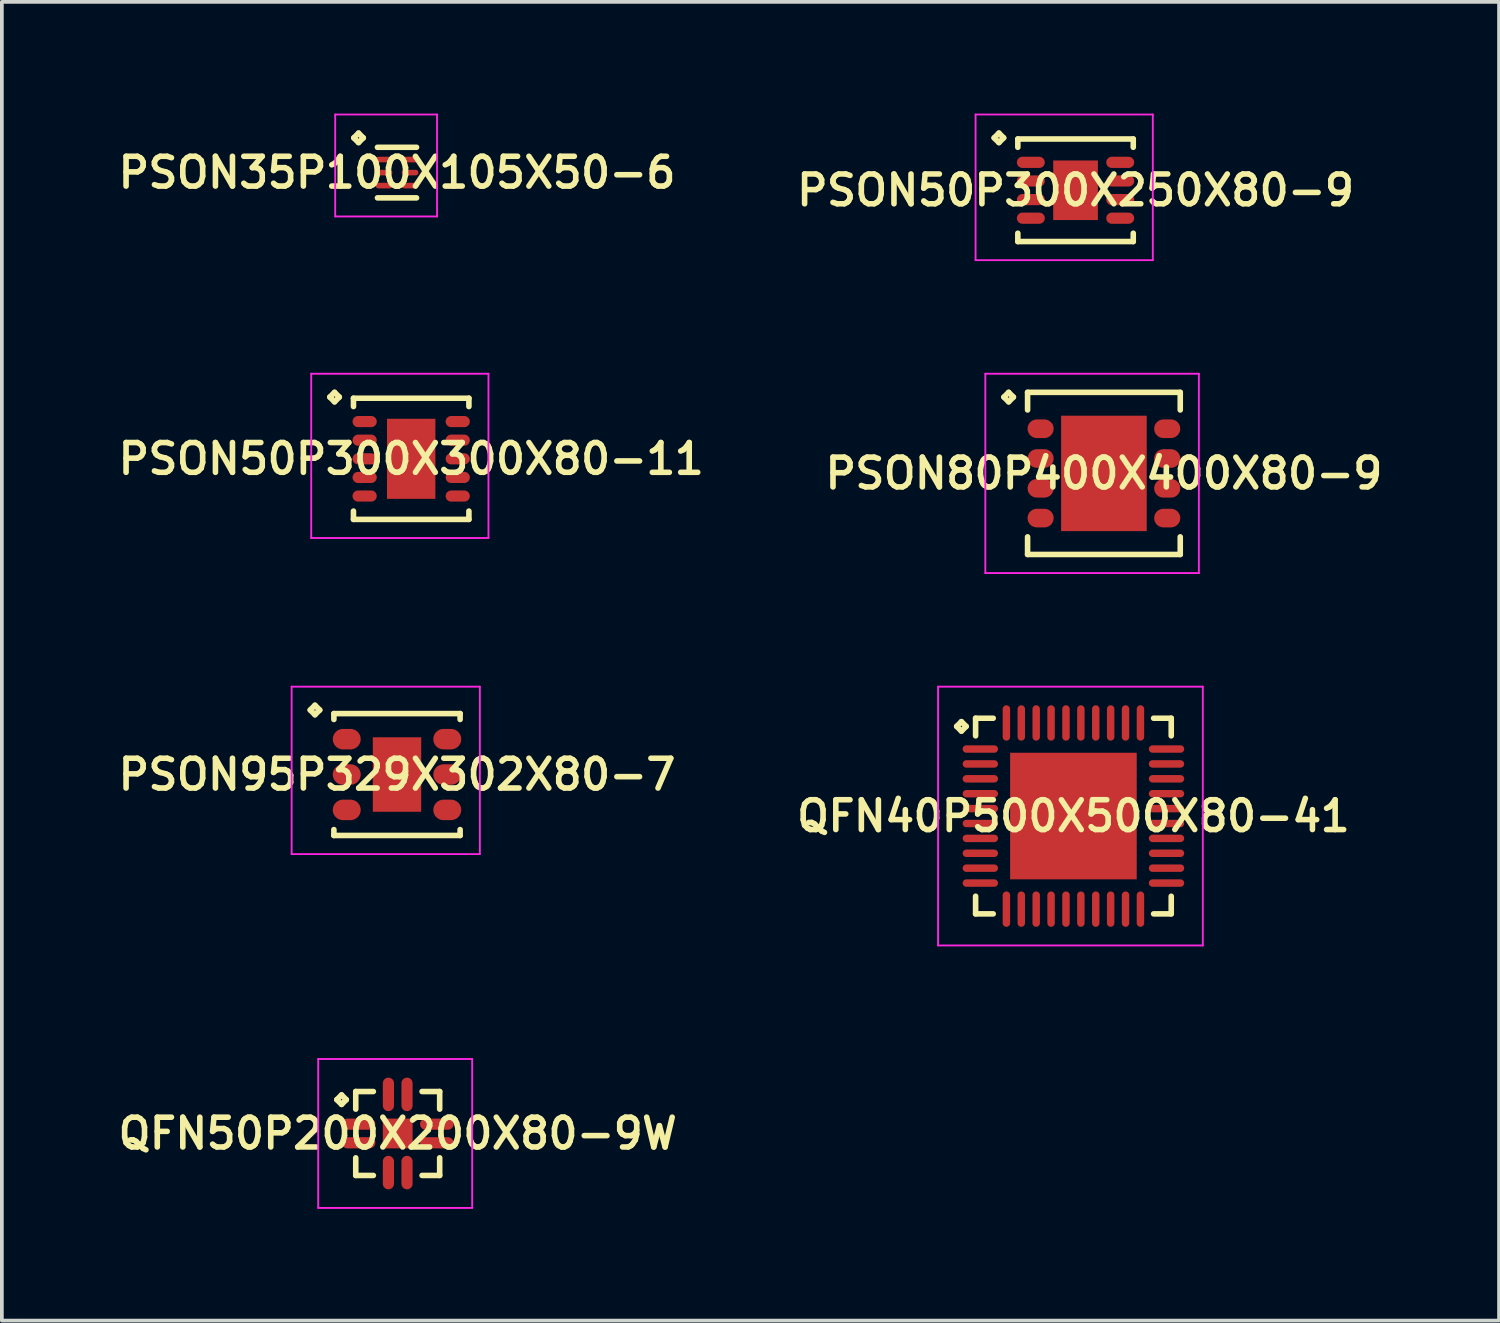
<source format=kicad_pcb>
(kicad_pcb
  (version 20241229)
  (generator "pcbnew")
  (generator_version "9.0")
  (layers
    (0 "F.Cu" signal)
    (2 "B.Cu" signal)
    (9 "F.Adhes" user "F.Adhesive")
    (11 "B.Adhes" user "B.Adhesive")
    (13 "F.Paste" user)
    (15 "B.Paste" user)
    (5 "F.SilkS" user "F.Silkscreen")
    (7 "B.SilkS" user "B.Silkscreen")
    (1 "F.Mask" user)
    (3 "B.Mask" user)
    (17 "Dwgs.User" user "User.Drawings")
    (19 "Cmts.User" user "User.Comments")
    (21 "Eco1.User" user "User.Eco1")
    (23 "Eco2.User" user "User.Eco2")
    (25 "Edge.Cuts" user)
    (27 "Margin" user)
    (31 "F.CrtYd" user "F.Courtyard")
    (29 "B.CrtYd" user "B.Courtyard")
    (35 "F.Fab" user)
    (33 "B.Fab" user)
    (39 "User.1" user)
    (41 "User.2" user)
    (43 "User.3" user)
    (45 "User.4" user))
  (footprint "PSON80P400X400X80-9"
    (layer "F.Cu")
    (at 26.597 9.664)
    (property "Reference" "PSON80P400X400X80-9" (at 0 0 0) (layer "F.SilkS") (effects (font (size 0.8 0.8) (thickness 0.15))))
    (attr smd)
    (fp_line (start -2.685 -2.05) (end -2.558 -2.177) (stroke (width 0.15) (type solid)) (layer "F.SilkS"))
    (fp_line (start -2.558 -2.177) (end -2.431 -2.05) (stroke (width 0.15) (type solid)) (layer "F.SilkS"))
    (fp_line (start -2.558 -1.923) (end -2.685 -2.05) (stroke (width 0.15) (type solid)) (layer "F.SilkS"))
    (fp_line (start -2.431 -2.05) (end -2.558 -1.923) (stroke (width 0.15) (type solid)) (layer "F.SilkS"))
    (fp_line (start -2.05 -2.177) (end 2.05 -2.177) (stroke (width 0.15) (type solid)) (layer "F.SilkS"))
    (fp_line (start -2.05 -1.704) (end -2.05 -2.177) (stroke (width 0.15) (type solid)) (layer "F.SilkS"))
    (fp_line (start -2.05 1.704) (end -2.05 2.177) (stroke (width 0.15) (type solid)) (layer "F.SilkS"))
    (fp_line (start -2.05 2.177) (end 2.05 2.177) (stroke (width 0.15) (type solid)) (layer "F.SilkS"))
    (fp_line (start 2.05 -2.177) (end 2.05 -1.704) (stroke (width 0.15) (type solid)) (layer "F.SilkS"))
    (fp_line (start 2.05 2.177) (end 2.05 1.704) (stroke (width 0.15) (type solid)) (layer "F.SilkS"))
    (fp_line (start -3.185 -2.677) (end 2.55 -2.677) (stroke (width 0.05) (type solid)) (layer "F.CrtYd"))
    (fp_line (start -3.185 2.677) (end -3.185 -2.677) (stroke (width 0.05) (type solid)) (layer "F.CrtYd"))
    (fp_line (start 2.55 -2.677) (end 2.55 2.677) (stroke (width 0.05) (type solid)) (layer "F.CrtYd"))
    (fp_line (start 2.55 2.677) (end -3.185 2.677) (stroke (width 0.05) (type solid)) (layer "F.CrtYd"))
    (pad "1" smd oval (at -1.7 -1.2) (size 0.7 0.5) (layers "F.Cu" "F.Mask" "F.Paste"))
    (pad "2" smd oval (at -1.7 -0.4) (size 0.7 0.5) (layers "F.Cu" "F.Mask" "F.Paste"))
    (pad "3" smd oval (at -1.7 0.4) (size 0.7 0.5) (layers "F.Cu" "F.Mask" "F.Paste"))
    (pad "4" smd oval (at -1.7 1.2) (size 0.7 0.5) (layers "F.Cu" "F.Mask" "F.Paste"))
    (pad "5" smd oval (at 1.7 1.2) (size 0.7 0.5) (layers "F.Cu" "F.Mask" "F.Paste"))
    (pad "6" smd oval (at 1.7 0.4) (size 0.7 0.5) (layers "F.Cu" "F.Mask" "F.Paste"))
    (pad "7" smd oval (at 1.7 -0.4) (size 0.7 0.5) (layers "F.Cu" "F.Mask" "F.Paste"))
    (pad "8" smd oval (at 1.7 -1.2) (size 0.7 0.5) (layers "F.Cu" "F.Mask" "F.Paste"))
    (pad "9" smd rect (at 0 0) (size 2.3 3.1) (layers "F.Cu" "F.Mask" "F.Paste")))
  (footprint "PSON95P329X302X80-7"
    (layer "F.Cu")
    (at 7.612 17.751)
    (property "Reference" "PSON95P329X302X80-7" (at 0 0 0) (layer "F.SilkS") (effects (font (size 0.8 0.8) (thickness 0.15))))
    (attr smd)
    (fp_line (start -2.33 -1.733) (end -2.203 -1.86) (stroke (width 0.15) (type solid)) (layer "F.SilkS"))
    (fp_line (start -2.203 -1.86) (end -2.076 -1.733) (stroke (width 0.15) (type solid)) (layer "F.SilkS"))
    (fp_line (start -2.203 -1.606) (end -2.33 -1.733) (stroke (width 0.15) (type solid)) (layer "F.SilkS"))
    (fp_line (start -2.076 -1.733) (end -2.203 -1.606) (stroke (width 0.15) (type solid)) (layer "F.SilkS"))
    (fp_line (start -1.695 -1.637) (end 1.695 -1.637) (stroke (width 0.15) (type solid)) (layer "F.SilkS"))
    (fp_line (start -1.695 -1.479) (end -1.695 -1.637) (stroke (width 0.15) (type solid)) (layer "F.SilkS"))
    (fp_line (start -1.695 1.479) (end -1.695 1.637) (stroke (width 0.15) (type solid)) (layer "F.SilkS"))
    (fp_line (start -1.695 1.637) (end 1.695 1.637) (stroke (width 0.15) (type solid)) (layer "F.SilkS"))
    (fp_line (start 1.695 -1.637) (end 1.695 -1.479) (stroke (width 0.15) (type solid)) (layer "F.SilkS"))
    (fp_line (start 1.695 1.637) (end 1.695 1.479) (stroke (width 0.15) (type solid)) (layer "F.SilkS"))
    (fp_line (start -2.83 -2.36) (end 2.225 -2.36) (stroke (width 0.05) (type solid)) (layer "F.CrtYd"))
    (fp_line (start -2.83 2.137) (end -2.83 -2.36) (stroke (width 0.05) (type solid)) (layer "F.CrtYd"))
    (fp_line (start 2.225 -2.36) (end 2.225 2.137) (stroke (width 0.05) (type solid)) (layer "F.CrtYd"))
    (fp_line (start 2.225 2.137) (end -2.83 2.137) (stroke (width 0.05) (type solid)) (layer "F.CrtYd"))
    (pad "1" smd oval (at -1.35 -0.95) (size 0.75 0.55) (layers "F.Cu" "F.Mask" "F.Paste"))
    (pad "2" smd oval (at -1.35 0) (size 0.75 0.55) (layers "F.Cu" "F.Mask" "F.Paste"))
    (pad "3" smd oval (at -1.35 0.95) (size 0.75 0.55) (layers "F.Cu" "F.Mask" "F.Paste"))
    (pad "4" smd oval (at 1.35 0.95) (size 0.75 0.55) (layers "F.Cu" "F.Mask" "F.Paste"))
    (pad "5" smd oval (at 1.35 0) (size 0.75 0.55) (layers "F.Cu" "F.Mask" "F.Paste"))
    (pad "6" smd oval (at 1.35 -0.95) (size 0.75 0.55) (layers "F.Cu" "F.Mask" "F.Paste"))
    (pad "7" smd rect (at 0 0) (size 1.3 2) (layers "F.Cu" "F.Mask" "F.Paste")))
  (footprint "PSON50P300X250X80-9"
    (layer "F.Cu")
    (at 25.835 2.06)
    (property "Reference" "PSON50P300X250X80-9" (at 0 0 0) (layer "F.SilkS") (effects (font (size 0.8 0.8) (thickness 0.15))))
    (attr smd)
    (fp_line (start -2.185 -1.408) (end -2.058 -1.535) (stroke (width 0.15) (type solid)) (layer "F.SilkS"))
    (fp_line (start -2.058 -1.535) (end -1.931 -1.408) (stroke (width 0.15) (type solid)) (layer "F.SilkS"))
    (fp_line (start -2.058 -1.281) (end -2.185 -1.408) (stroke (width 0.15) (type solid)) (layer "F.SilkS"))
    (fp_line (start -1.931 -1.408) (end -2.058 -1.281) (stroke (width 0.15) (type solid)) (layer "F.SilkS"))
    (fp_line (start -1.55 -1.377) (end 1.55 -1.377) (stroke (width 0.15) (type solid)) (layer "F.SilkS"))
    (fp_line (start -1.55 -1.154) (end -1.55 -1.377) (stroke (width 0.15) (type solid)) (layer "F.SilkS"))
    (fp_line (start -1.55 1.154) (end -1.55 1.377) (stroke (width 0.15) (type solid)) (layer "F.SilkS"))
    (fp_line (start -1.55 1.377) (end 1.55 1.377) (stroke (width 0.15) (type solid)) (layer "F.SilkS"))
    (fp_line (start 1.55 -1.377) (end 1.55 -1.154) (stroke (width 0.15) (type solid)) (layer "F.SilkS"))
    (fp_line (start 1.55 1.377) (end 1.55 1.154) (stroke (width 0.15) (type solid)) (layer "F.SilkS"))
    (fp_line (start -2.685 -2.035) (end 2.075 -2.035) (stroke (width 0.05) (type solid)) (layer "F.CrtYd"))
    (fp_line (start -2.685 1.877) (end -2.685 -2.035) (stroke (width 0.05) (type solid)) (layer "F.CrtYd"))
    (fp_line (start 2.075 -2.035) (end 2.075 1.877) (stroke (width 0.05) (type solid)) (layer "F.CrtYd"))
    (fp_line (start 2.075 1.877) (end -2.685 1.877) (stroke (width 0.05) (type solid)) (layer "F.CrtYd"))
    (pad "1" smd oval (at -1.2 -0.75) (size 0.75 0.3) (layers "F.Cu" "F.Mask" "F.Paste"))
    (pad "2" smd oval (at -1.2 -0.25) (size 0.75 0.3) (layers "F.Cu" "F.Mask" "F.Paste"))
    (pad "3" smd oval (at -1.2 0.25) (size 0.75 0.3) (layers "F.Cu" "F.Mask" "F.Paste"))
    (pad "4" smd oval (at -1.2 0.75) (size 0.75 0.3) (layers "F.Cu" "F.Mask" "F.Paste"))
    (pad "5" smd oval (at 1.2 0.75) (size 0.75 0.3) (layers "F.Cu" "F.Mask" "F.Paste"))
    (pad "6" smd oval (at 1.2 0.25) (size 0.75 0.3) (layers "F.Cu" "F.Mask" "F.Paste"))
    (pad "7" smd oval (at 1.2 -0.25) (size 0.75 0.3) (layers "F.Cu" "F.Mask" "F.Paste"))
    (pad "8" smd oval (at 1.2 -0.75) (size 0.75 0.3) (layers "F.Cu" "F.Mask" "F.Paste"))
    (pad "9" smd rect (at 0 0) (size 1.2 1.6) (layers "F.Cu" "F.Mask" "F.Paste")))
  (footprint "QFN50P200X200X80-9W"
    (layer "F.Cu")
    (at 7.631 27.391)
    (property "Reference" "QFN50P200X200X80-9W" (at 0 0 0) (layer "F.SilkS") (effects (font (size 0.8 0.8) (thickness 0.15))))
    (attr smd)
    (fp_line (start -1.635 -0.908) (end -1.508 -1.035) (stroke (width 0.15) (type solid)) (layer "F.SilkS"))
    (fp_line (start -1.508 -1.035) (end -1.381 -0.908) (stroke (width 0.15) (type solid)) (layer "F.SilkS"))
    (fp_line (start -1.508 -0.781) (end -1.635 -0.908) (stroke (width 0.15) (type solid)) (layer "F.SilkS"))
    (fp_line (start -1.381 -0.908) (end -1.508 -0.781) (stroke (width 0.15) (type solid)) (layer "F.SilkS"))
    (fp_line (start -1.127 -1.127) (end -0.654 -1.127) (stroke (width 0.15) (type solid)) (layer "F.SilkS"))
    (fp_line (start -1.127 -0.654) (end -1.127 -1.127) (stroke (width 0.15) (type solid)) (layer "F.SilkS"))
    (fp_line (start -1.127 0.654) (end -1.127 1.127) (stroke (width 0.15) (type solid)) (layer "F.SilkS"))
    (fp_line (start -1.127 1.127) (end -0.654 1.127) (stroke (width 0.15) (type solid)) (layer "F.SilkS"))
    (fp_line (start 0.654 -1.127) (end 1.127 -1.127) (stroke (width 0.15) (type solid)) (layer "F.SilkS"))
    (fp_line (start 0.654 1.127) (end 1.127 1.127) (stroke (width 0.15) (type solid)) (layer "F.SilkS"))
    (fp_line (start 1.127 -1.127) (end 1.127 -0.654) (stroke (width 0.15) (type solid)) (layer "F.SilkS"))
    (fp_line (start 1.127 1.127) (end 1.127 0.654) (stroke (width 0.15) (type solid)) (layer "F.SilkS"))
    (fp_line (start -2.135 -2) (end 2 -2) (stroke (width 0.05) (type solid)) (layer "F.CrtYd"))
    (fp_line (start -2.135 2) (end -2.135 -2) (stroke (width 0.05) (type solid)) (layer "F.CrtYd"))
    (fp_line (start 2 -2) (end 2 2) (stroke (width 0.05) (type solid)) (layer "F.CrtYd"))
    (fp_line (start 2 2) (end -2.135 2) (stroke (width 0.05) (type solid)) (layer "F.CrtYd"))
    (pad "1" smd oval (at -1.05 -0.25) (size 0.9 0.3) (layers "F.Cu" "F.Mask" "F.Paste"))
    (pad "2" smd oval (at -1.05 0.25) (size 0.9 0.3) (layers "F.Cu" "F.Mask" "F.Paste"))
    (pad "3" smd oval (at -0.25 1.05) (size 0.3 0.9) (layers "F.Cu" "F.Mask" "F.Paste"))
    (pad "4" smd oval (at 0.25 1.05) (size 0.3 0.9) (layers "F.Cu" "F.Mask" "F.Paste"))
    (pad "5" smd oval (at 1.05 0.25) (size 0.9 0.3) (layers "F.Cu" "F.Mask" "F.Paste"))
    (pad "6" smd oval (at 1.05 -0.25) (size 0.9 0.3) (layers "F.Cu" "F.Mask" "F.Paste"))
    (pad "7" smd oval (at 0.25 -1.05) (size 0.3 0.9) (layers "F.Cu" "F.Mask" "F.Paste"))
    (pad "8" smd oval (at -0.25 -1.05) (size 0.3 0.9) (layers "F.Cu" "F.Mask" "F.Paste"))
    (pad "9" smd rect (at 0 0) (size 0.8 0.8) (layers "F.Cu" "F.Mask" "F.Paste")))
  (footprint "PSON50P300X300X80-11"
    (layer "F.Cu")
    (at 7.993 9.272)
    (property "Reference" "PSON50P300X300X80-11" (at 0 0 0) (layer "F.SilkS") (effects (font (size 0.8 0.8) (thickness 0.15))))
    (attr smd)
    (fp_line (start -2.185 -1.658) (end -2.058 -1.785) (stroke (width 0.15) (type solid)) (layer "F.SilkS"))
    (fp_line (start -2.058 -1.785) (end -1.931 -1.658) (stroke (width 0.15) (type solid)) (layer "F.SilkS"))
    (fp_line (start -2.058 -1.531) (end -2.185 -1.658) (stroke (width 0.15) (type solid)) (layer "F.SilkS"))
    (fp_line (start -1.931 -1.658) (end -2.058 -1.531) (stroke (width 0.15) (type solid)) (layer "F.SilkS"))
    (fp_line (start -1.55 -1.627) (end 1.55 -1.627) (stroke (width 0.15) (type solid)) (layer "F.SilkS"))
    (fp_line (start -1.55 -1.404) (end -1.55 -1.627) (stroke (width 0.15) (type solid)) (layer "F.SilkS"))
    (fp_line (start -1.55 1.404) (end -1.55 1.627) (stroke (width 0.15) (type solid)) (layer "F.SilkS"))
    (fp_line (start -1.55 1.627) (end 1.55 1.627) (stroke (width 0.15) (type solid)) (layer "F.SilkS"))
    (fp_line (start 1.55 -1.627) (end 1.55 -1.404) (stroke (width 0.15) (type solid)) (layer "F.SilkS"))
    (fp_line (start 1.55 1.627) (end 1.55 1.404) (stroke (width 0.15) (type solid)) (layer "F.SilkS"))
    (fp_line (start -2.685 -2.285) (end 2.075 -2.285) (stroke (width 0.05) (type solid)) (layer "F.CrtYd"))
    (fp_line (start -2.685 2.127) (end -2.685 -2.285) (stroke (width 0.05) (type solid)) (layer "F.CrtYd"))
    (fp_line (start 2.075 -2.285) (end 2.075 2.127) (stroke (width 0.05) (type solid)) (layer "F.CrtYd"))
    (fp_line (start 2.075 2.127) (end -2.685 2.127) (stroke (width 0.05) (type solid)) (layer "F.CrtYd"))
    (pad "1" smd oval (at -1.25 -1) (size 0.65 0.3) (layers "F.Cu" "F.Mask" "F.Paste"))
    (pad "2" smd oval (at -1.25 -0.5) (size 0.65 0.3) (layers "F.Cu" "F.Mask" "F.Paste"))
    (pad "3" smd oval (at -1.25 0) (size 0.65 0.3) (layers "F.Cu" "F.Mask" "F.Paste"))
    (pad "4" smd oval (at -1.25 0.5) (size 0.65 0.3) (layers "F.Cu" "F.Mask" "F.Paste"))
    (pad "5" smd oval (at -1.25 1) (size 0.65 0.3) (layers "F.Cu" "F.Mask" "F.Paste"))
    (pad "6" smd oval (at 1.25 1) (size 0.65 0.3) (layers "F.Cu" "F.Mask" "F.Paste"))
    (pad "7" smd oval (at 1.25 0.5) (size 0.65 0.3) (layers "F.Cu" "F.Mask" "F.Paste"))
    (pad "8" smd oval (at 1.25 0) (size 0.65 0.3) (layers "F.Cu" "F.Mask" "F.Paste"))
    (pad "9" smd oval (at 1.25 -0.5) (size 0.65 0.3) (layers "F.Cu" "F.Mask" "F.Paste"))
    (pad "10" smd oval (at 1.25 -1) (size 0.65 0.3) (layers "F.Cu" "F.Mask" "F.Paste"))
    (pad "11" smd rect (at 0 0) (size 1.3 2.15) (layers "F.Cu" "F.Mask" "F.Paste")))
  (footprint "PSON35P100X105X50-6"
    (layer "F.Cu")
    (at 7.612 1.585)
    (property "Reference" "PSON35P100X105X50-6" (at 0 0 0) (layer "F.SilkS") (effects (font (size 0.8 0.8) (thickness 0.15))))
    (attr smd)
    (fp_line (start -1.16 -0.933) (end -1.033 -1.06) (stroke (width 0.15) (type solid)) (layer "F.SilkS"))
    (fp_line (start -1.033 -1.06) (end -0.906 -0.933) (stroke (width 0.15) (type solid)) (layer "F.SilkS"))
    (fp_line (start -1.033 -0.806) (end -1.16 -0.933) (stroke (width 0.15) (type solid)) (layer "F.SilkS"))
    (fp_line (start -0.906 -0.933) (end -1.033 -0.806) (stroke (width 0.15) (type solid)) (layer "F.SilkS"))
    (fp_line (start -0.525 -0.679) (end 0.525 -0.679) (stroke (width 0.15) (type solid)) (layer "F.SilkS"))
    (fp_line (start -0.525 0.679) (end 0.525 0.679) (stroke (width 0.15) (type solid)) (layer "F.SilkS"))
    (fp_line (start -1.66 -1.56) (end 1.075 -1.56) (stroke (width 0.05) (type solid)) (layer "F.CrtYd"))
    (fp_line (start -1.66 1.179) (end -1.66 -1.56) (stroke (width 0.05) (type solid)) (layer "F.CrtYd"))
    (fp_line (start 1.075 -1.56) (end 1.075 1.179) (stroke (width 0.05) (type solid)) (layer "F.CrtYd"))
    (fp_line (start 1.075 1.179) (end -1.66 1.179) (stroke (width 0.05) (type solid)) (layer "F.CrtYd"))
    (pad "1" smd oval (at -0.35 -0.35) (size 0.45 0.15) (layers "F.Cu" "F.Mask" "F.Paste"))
    (pad "2" smd oval (at -0.35 0) (size 0.45 0.15) (layers "F.Cu" "F.Mask" "F.Paste"))
    (pad "3" smd oval (at -0.35 0.35) (size 0.45 0.15) (layers "F.Cu" "F.Mask" "F.Paste"))
    (pad "4" smd oval (at 0.35 0.35) (size 0.45 0.15) (layers "F.Cu" "F.Mask" "F.Paste"))
    (pad "5" smd oval (at 0.35 0) (size 0.45 0.15) (layers "F.Cu" "F.Mask" "F.Paste"))
    (pad "6" smd oval (at 0.35 -0.35) (size 0.45 0.15) (layers "F.Cu" "F.Mask" "F.Paste")))
  (footprint "QFN40P500X500X80-41"
    (layer "F.Cu")
    (at 25.778 18.866)
    (property "Reference" "QFN40P500X500X80-41" (at 0 0 0) (layer "F.SilkS") (effects (font (size 0.8 0.8) (thickness 0.15))))
    (attr smd)
    (fp_line (start -3.135 -2.408) (end -3.008 -2.535) (stroke (width 0.15) (type solid)) (layer "F.SilkS"))
    (fp_line (start -3.008 -2.535) (end -2.881 -2.408) (stroke (width 0.15) (type solid)) (layer "F.SilkS"))
    (fp_line (start -3.008 -2.281) (end -3.135 -2.408) (stroke (width 0.15) (type solid)) (layer "F.SilkS"))
    (fp_line (start -2.881 -2.408) (end -3.008 -2.281) (stroke (width 0.15) (type solid)) (layer "F.SilkS"))
    (fp_line (start -2.627 -2.627) (end -2.154 -2.627) (stroke (width 0.15) (type solid)) (layer "F.SilkS"))
    (fp_line (start -2.627 -2.154) (end -2.627 -2.627) (stroke (width 0.15) (type solid)) (layer "F.SilkS"))
    (fp_line (start -2.627 2.154) (end -2.627 2.627) (stroke (width 0.15) (type solid)) (layer "F.SilkS"))
    (fp_line (start -2.627 2.627) (end -2.154 2.627) (stroke (width 0.15) (type solid)) (layer "F.SilkS"))
    (fp_line (start 2.154 -2.627) (end 2.627 -2.627) (stroke (width 0.15) (type solid)) (layer "F.SilkS"))
    (fp_line (start 2.154 2.627) (end 2.627 2.627) (stroke (width 0.15) (type solid)) (layer "F.SilkS"))
    (fp_line (start 2.627 -2.627) (end 2.627 -2.154) (stroke (width 0.15) (type solid)) (layer "F.SilkS"))
    (fp_line (start 2.627 2.627) (end 2.627 2.154) (stroke (width 0.15) (type solid)) (layer "F.SilkS"))
    (fp_line (start -3.635 -3.475) (end 3.475 -3.475) (stroke (width 0.05) (type solid)) (layer "F.CrtYd"))
    (fp_line (start -3.635 3.475) (end -3.635 -3.475) (stroke (width 0.05) (type solid)) (layer "F.CrtYd"))
    (fp_line (start 3.475 -3.475) (end 3.475 3.475) (stroke (width 0.05) (type solid)) (layer "F.CrtYd"))
    (fp_line (start 3.475 3.475) (end -3.635 3.475) (stroke (width 0.05) (type solid)) (layer "F.CrtYd"))
    (pad "1" smd oval (at -2.5 -1.8) (size 0.95 0.2) (layers "F.Cu" "F.Mask" "F.Paste"))
    (pad "2" smd oval (at -2.5 -1.4) (size 0.95 0.2) (layers "F.Cu" "F.Mask" "F.Paste"))
    (pad "3" smd oval (at -2.5 -1) (size 0.95 0.2) (layers "F.Cu" "F.Mask" "F.Paste"))
    (pad "4" smd oval (at -2.5 -0.6) (size 0.95 0.2) (layers "F.Cu" "F.Mask" "F.Paste"))
    (pad "5" smd oval (at -2.5 -0.2) (size 0.95 0.2) (layers "F.Cu" "F.Mask" "F.Paste"))
    (pad "6" smd oval (at -2.5 0.2) (size 0.95 0.2) (layers "F.Cu" "F.Mask" "F.Paste"))
    (pad "7" smd oval (at -2.5 0.6) (size 0.95 0.2) (layers "F.Cu" "F.Mask" "F.Paste"))
    (pad "8" smd oval (at -2.5 1) (size 0.95 0.2) (layers "F.Cu" "F.Mask" "F.Paste"))
    (pad "9" smd oval (at -2.5 1.4) (size 0.95 0.2) (layers "F.Cu" "F.Mask" "F.Paste"))
    (pad "10" smd oval (at -2.5 1.8) (size 0.95 0.2) (layers "F.Cu" "F.Mask" "F.Paste"))
    (pad "11" smd oval (at -1.8 2.5) (size 0.2 0.95) (layers "F.Cu" "F.Mask" "F.Paste"))
    (pad "12" smd oval (at -1.4 2.5) (size 0.2 0.95) (layers "F.Cu" "F.Mask" "F.Paste"))
    (pad "13" smd oval (at -1 2.5) (size 0.2 0.95) (layers "F.Cu" "F.Mask" "F.Paste"))
    (pad "14" smd oval (at -0.6 2.5) (size 0.2 0.95) (layers "F.Cu" "F.Mask" "F.Paste"))
    (pad "15" smd oval (at -0.2 2.5) (size 0.2 0.95) (layers "F.Cu" "F.Mask" "F.Paste"))
    (pad "16" smd oval (at 0.2 2.5) (size 0.2 0.95) (layers "F.Cu" "F.Mask" "F.Paste"))
    (pad "17" smd oval (at 0.6 2.5) (size 0.2 0.95) (layers "F.Cu" "F.Mask" "F.Paste"))
    (pad "18" smd oval (at 1 2.5) (size 0.2 0.95) (layers "F.Cu" "F.Mask" "F.Paste"))
    (pad "19" smd oval (at 1.4 2.5) (size 0.2 0.95) (layers "F.Cu" "F.Mask" "F.Paste"))
    (pad "20" smd oval (at 1.8 2.5) (size 0.2 0.95) (layers "F.Cu" "F.Mask" "F.Paste"))
    (pad "21" smd oval (at 2.5 1.8) (size 0.95 0.2) (layers "F.Cu" "F.Mask" "F.Paste"))
    (pad "22" smd oval (at 2.5 1.4) (size 0.95 0.2) (layers "F.Cu" "F.Mask" "F.Paste"))
    (pad "23" smd oval (at 2.5 1) (size 0.95 0.2) (layers "F.Cu" "F.Mask" "F.Paste"))
    (pad "24" smd oval (at 2.5 0.6) (size 0.95 0.2) (layers "F.Cu" "F.Mask" "F.Paste"))
    (pad "25" smd oval (at 2.5 0.2) (size 0.95 0.2) (layers "F.Cu" "F.Mask" "F.Paste"))
    (pad "26" smd oval (at 2.5 -0.2) (size 0.95 0.2) (layers "F.Cu" "F.Mask" "F.Paste"))
    (pad "27" smd oval (at 2.5 -0.6) (size 0.95 0.2) (layers "F.Cu" "F.Mask" "F.Paste"))
    (pad "28" smd oval (at 2.5 -1) (size 0.95 0.2) (layers "F.Cu" "F.Mask" "F.Paste"))
    (pad "29" smd oval (at 2.5 -1.4) (size 0.95 0.2) (layers "F.Cu" "F.Mask" "F.Paste"))
    (pad "30" smd oval (at 2.5 -1.8) (size 0.95 0.2) (layers "F.Cu" "F.Mask" "F.Paste"))
    (pad "31" smd oval (at 1.8 -2.5) (size 0.2 0.95) (layers "F.Cu" "F.Mask" "F.Paste"))
    (pad "32" smd oval (at 1.4 -2.5) (size 0.2 0.95) (layers "F.Cu" "F.Mask" "F.Paste"))
    (pad "33" smd oval (at 1 -2.5) (size 0.2 0.95) (layers "F.Cu" "F.Mask" "F.Paste"))
    (pad "34" smd oval (at 0.6 -2.5) (size 0.2 0.95) (layers "F.Cu" "F.Mask" "F.Paste"))
    (pad "35" smd oval (at 0.2 -2.5) (size 0.2 0.95) (layers "F.Cu" "F.Mask" "F.Paste"))
    (pad "36" smd oval (at -0.2 -2.5) (size 0.2 0.95) (layers "F.Cu" "F.Mask" "F.Paste"))
    (pad "37" smd oval (at -0.6 -2.5) (size 0.2 0.95) (layers "F.Cu" "F.Mask" "F.Paste"))
    (pad "38" smd oval (at -1 -2.5) (size 0.2 0.95) (layers "F.Cu" "F.Mask" "F.Paste"))
    (pad "39" smd oval (at -1.4 -2.5) (size 0.2 0.95) (layers "F.Cu" "F.Mask" "F.Paste"))
    (pad "40" smd oval (at -1.8 -2.5) (size 0.2 0.95) (layers "F.Cu" "F.Mask" "F.Paste"))
    (pad "41" smd rect (at 0 0) (size 3.4 3.4) (layers "F.Cu" "F.Mask" "F.Paste")))
  (gr_rect
    (start -3 -3)
    (end 37.209 32.416)
    (stroke (width 0.1) (type default))
    (fill no)
    (layer "Edge.Cuts")))
</source>
